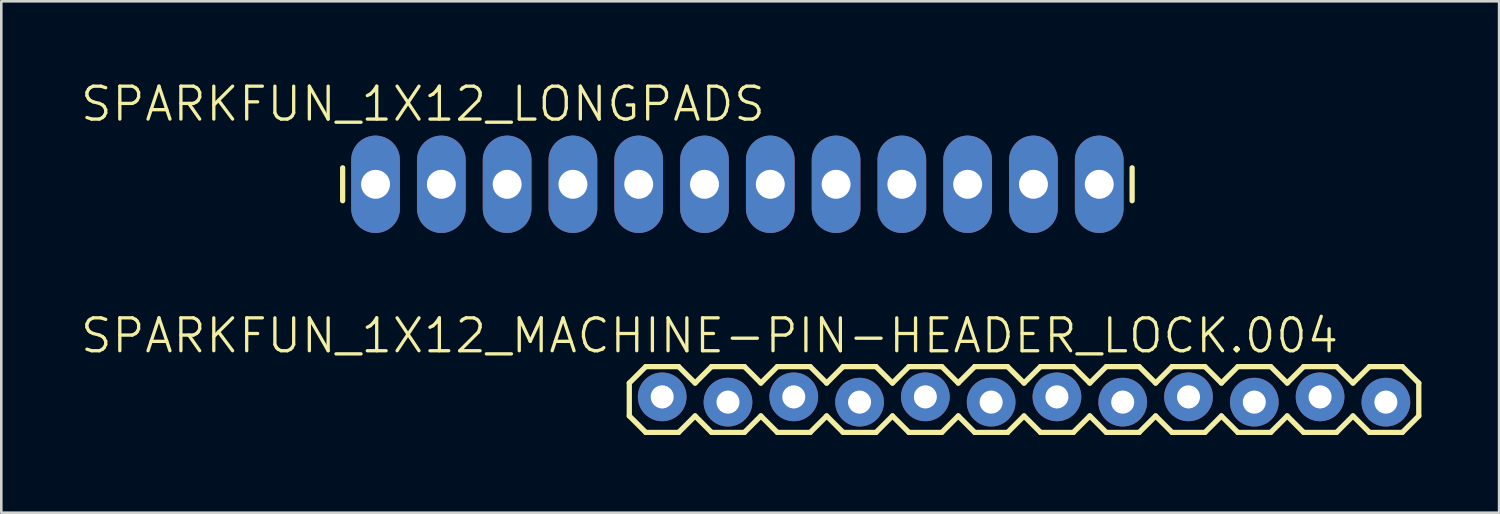
<source format=kicad_pcb>
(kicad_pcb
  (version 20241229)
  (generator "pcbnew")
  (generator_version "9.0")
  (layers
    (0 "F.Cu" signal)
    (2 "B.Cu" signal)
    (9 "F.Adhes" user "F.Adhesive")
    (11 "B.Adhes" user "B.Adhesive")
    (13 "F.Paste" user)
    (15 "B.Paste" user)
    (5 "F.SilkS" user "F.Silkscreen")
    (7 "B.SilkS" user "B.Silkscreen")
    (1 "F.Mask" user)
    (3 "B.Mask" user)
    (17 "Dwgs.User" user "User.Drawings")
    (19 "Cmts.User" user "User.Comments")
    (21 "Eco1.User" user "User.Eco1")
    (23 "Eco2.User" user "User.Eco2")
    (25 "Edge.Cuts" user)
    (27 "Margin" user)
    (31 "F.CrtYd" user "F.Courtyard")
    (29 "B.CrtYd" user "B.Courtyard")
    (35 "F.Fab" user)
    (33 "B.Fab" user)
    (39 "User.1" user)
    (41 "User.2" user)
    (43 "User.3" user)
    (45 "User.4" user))
  (footprint "SPARKFUN_1X12_LONGPADS"
    (layer "F.Cu")
    (at 11.449 4.065)
    (property "Reference" "SPARKFUN_1X12_LONGPADS" (at 1.829 -3.099 0) (layer "F.SilkS") (effects (font (size 1.27 1.27) (thickness 0.127))))
    (attr exclude_from_pos_files exclude_from_bom)
    (fp_line (start -1.27 -0.635) (end -1.27 0.635) (stroke (width 0.203) (type solid)) (layer "F.SilkS"))
    (fp_line (start 29.21 -0.635) (end 29.21 0.635) (stroke (width 0.203) (type solid)) (layer "F.SilkS"))
    (fp_line (start -0.254 -0.254) (end 0.254 -0.254) (stroke (width 0.066) (type solid)) (layer "Dwgs.User"))
    (fp_line (start -0.254 0.254) (end -0.254 -0.254) (stroke (width 0.066) (type solid)) (layer "Dwgs.User"))
    (fp_line (start -0.254 0.254) (end 0.254 0.254) (stroke (width 0.066) (type solid)) (layer "Dwgs.User"))
    (fp_line (start 0.254 0.254) (end 0.254 -0.254) (stroke (width 0.066) (type solid)) (layer "Dwgs.User"))
    (fp_line (start 2.286 -0.254) (end 2.794 -0.254) (stroke (width 0.066) (type solid)) (layer "Dwgs.User"))
    (fp_line (start 2.286 0.254) (end 2.286 -0.254) (stroke (width 0.066) (type solid)) (layer "Dwgs.User"))
    (fp_line (start 2.286 0.254) (end 2.794 0.254) (stroke (width 0.066) (type solid)) (layer "Dwgs.User"))
    (fp_line (start 2.794 0.254) (end 2.794 -0.254) (stroke (width 0.066) (type solid)) (layer "Dwgs.User"))
    (fp_line (start 4.826 -0.254) (end 5.334 -0.254) (stroke (width 0.066) (type solid)) (layer "Dwgs.User"))
    (fp_line (start 4.826 0.254) (end 4.826 -0.254) (stroke (width 0.066) (type solid)) (layer "Dwgs.User"))
    (fp_line (start 4.826 0.254) (end 5.334 0.254) (stroke (width 0.066) (type solid)) (layer "Dwgs.User"))
    (fp_line (start 5.334 0.254) (end 5.334 -0.254) (stroke (width 0.066) (type solid)) (layer "Dwgs.User"))
    (fp_line (start 7.366 -0.254) (end 7.874 -0.254) (stroke (width 0.066) (type solid)) (layer "Dwgs.User"))
    (fp_line (start 7.366 0.254) (end 7.366 -0.254) (stroke (width 0.066) (type solid)) (layer "Dwgs.User"))
    (fp_line (start 7.366 0.254) (end 7.874 0.254) (stroke (width 0.066) (type solid)) (layer "Dwgs.User"))
    (fp_line (start 7.874 0.254) (end 7.874 -0.254) (stroke (width 0.066) (type solid)) (layer "Dwgs.User"))
    (fp_line (start 9.906 -0.254) (end 10.414 -0.254) (stroke (width 0.066) (type solid)) (layer "Dwgs.User"))
    (fp_line (start 9.906 0.254) (end 9.906 -0.254) (stroke (width 0.066) (type solid)) (layer "Dwgs.User"))
    (fp_line (start 9.906 0.254) (end 10.414 0.254) (stroke (width 0.066) (type solid)) (layer "Dwgs.User"))
    (fp_line (start 10.414 0.254) (end 10.414 -0.254) (stroke (width 0.066) (type solid)) (layer "Dwgs.User"))
    (fp_line (start 12.446 -0.254) (end 12.954 -0.254) (stroke (width 0.066) (type solid)) (layer "Dwgs.User"))
    (fp_line (start 12.446 0.254) (end 12.446 -0.254) (stroke (width 0.066) (type solid)) (layer "Dwgs.User"))
    (fp_line (start 12.446 0.254) (end 12.954 0.254) (stroke (width 0.066) (type solid)) (layer "Dwgs.User"))
    (fp_line (start 12.954 0.254) (end 12.954 -0.254) (stroke (width 0.066) (type solid)) (layer "Dwgs.User"))
    (fp_line (start 14.986 -0.254) (end 15.494 -0.254) (stroke (width 0.066) (type solid)) (layer "Dwgs.User"))
    (fp_line (start 14.986 0.254) (end 14.986 -0.254) (stroke (width 0.066) (type solid)) (layer "Dwgs.User"))
    (fp_line (start 14.986 0.254) (end 15.494 0.254) (stroke (width 0.066) (type solid)) (layer "Dwgs.User"))
    (fp_line (start 15.494 0.254) (end 15.494 -0.254) (stroke (width 0.066) (type solid)) (layer "Dwgs.User"))
    (fp_line (start 17.523 -0.254) (end 18.034 -0.254) (stroke (width 0.066) (type solid)) (layer "Dwgs.User"))
    (fp_line (start 17.523 0.254) (end 17.523 -0.254) (stroke (width 0.066) (type solid)) (layer "Dwgs.User"))
    (fp_line (start 17.523 0.254) (end 18.034 0.254) (stroke (width 0.066) (type solid)) (layer "Dwgs.User"))
    (fp_line (start 18.034 0.254) (end 18.034 -0.254) (stroke (width 0.066) (type solid)) (layer "Dwgs.User"))
    (fp_line (start 20.066 -0.254) (end 20.574 -0.254) (stroke (width 0.066) (type solid)) (layer "Dwgs.User"))
    (fp_line (start 20.066 0.254) (end 20.066 -0.254) (stroke (width 0.066) (type solid)) (layer "Dwgs.User"))
    (fp_line (start 20.066 0.254) (end 20.574 0.254) (stroke (width 0.066) (type solid)) (layer "Dwgs.User"))
    (fp_line (start 20.574 0.254) (end 20.574 -0.254) (stroke (width 0.066) (type solid)) (layer "Dwgs.User"))
    (fp_line (start 22.606 -0.254) (end 23.114 -0.254) (stroke (width 0.066) (type solid)) (layer "Dwgs.User"))
    (fp_line (start 22.606 0.254) (end 22.606 -0.254) (stroke (width 0.066) (type solid)) (layer "Dwgs.User"))
    (fp_line (start 22.606 0.254) (end 23.114 0.254) (stroke (width 0.066) (type solid)) (layer "Dwgs.User"))
    (fp_line (start 23.114 0.254) (end 23.114 -0.254) (stroke (width 0.066) (type solid)) (layer "Dwgs.User"))
    (fp_line (start 25.146 -0.254) (end 25.654 -0.254) (stroke (width 0.066) (type solid)) (layer "Dwgs.User"))
    (fp_line (start 25.146 0.254) (end 25.146 -0.254) (stroke (width 0.066) (type solid)) (layer "Dwgs.User"))
    (fp_line (start 25.146 0.254) (end 25.654 0.254) (stroke (width 0.066) (type solid)) (layer "Dwgs.User"))
    (fp_line (start 25.654 0.254) (end 25.654 -0.254) (stroke (width 0.066) (type solid)) (layer "Dwgs.User"))
    (fp_line (start 27.686 -0.254) (end 28.194 -0.254) (stroke (width 0.066) (type solid)) (layer "Dwgs.User"))
    (fp_line (start 27.686 0.254) (end 27.686 -0.254) (stroke (width 0.066) (type solid)) (layer "Dwgs.User"))
    (fp_line (start 27.686 0.254) (end 28.194 0.254) (stroke (width 0.066) (type solid)) (layer "Dwgs.User"))
    (fp_line (start 28.194 0.254) (end 28.194 -0.254) (stroke (width 0.066) (type solid)) (layer "Dwgs.User"))
    (pad "1" thru_hole oval (at 0 0 180) (size 1.88 3.759) (drill 1.118) (layers "*.Cu" "*.Paste" "*.Mask"))
    (pad "2" thru_hole oval (at 2.54 0 180) (size 1.88 3.759) (drill 1.118) (layers "*.Cu" "*.Paste" "*.Mask"))
    (pad "3" thru_hole oval (at 5.08 0 180) (size 1.88 3.759) (drill 1.118) (layers "*.Cu" "*.Paste" "*.Mask"))
    (pad "4" thru_hole oval (at 7.62 0 180) (size 1.88 3.759) (drill 1.118) (layers "*.Cu" "*.Paste" "*.Mask"))
    (pad "5" thru_hole oval (at 10.16 0 180) (size 1.88 3.759) (drill 1.118) (layers "*.Cu" "*.Paste" "*.Mask"))
    (pad "6" thru_hole oval (at 12.7 0 180) (size 1.88 3.759) (drill 1.118) (layers "*.Cu" "*.Paste" "*.Mask"))
    (pad "7" thru_hole oval (at 15.24 0 180) (size 1.88 3.759) (drill 1.118) (layers "*.Cu" "*.Paste" "*.Mask"))
    (pad "8" thru_hole oval (at 17.78 0 180) (size 1.88 3.759) (drill 1.118) (layers "*.Cu" "*.Paste" "*.Mask"))
    (pad "9" thru_hole oval (at 20.32 0 180) (size 1.88 3.759) (drill 1.118) (layers "*.Cu" "*.Paste" "*.Mask"))
    (pad "10" thru_hole oval (at 22.86 0 180) (size 1.88 3.759) (drill 1.118) (layers "*.Cu" "*.Paste" "*.Mask"))
    (pad "11" thru_hole oval (at 25.4 0 180) (size 1.88 3.759) (drill 1.118) (layers "*.Cu" "*.Paste" "*.Mask"))
    (pad "12" thru_hole oval (at 27.94 0 180) (size 1.88 3.759) (drill 1.118) (layers "*.Cu" "*.Paste" "*.Mask")))
  (footprint "SPARKFUN_1X12_MACHINE-PIN-HEADER_LOCK.004"
    (layer "F.Cu")
    (at 22.516 12.374)
    (property "Reference" "SPARKFUN_1X12_MACHINE-PIN-HEADER_LOCK.004" (at 1.829 -2.464 0) (layer "F.SilkS") (effects (font (size 1.27 1.27) (thickness 0.127))))
    (attr exclude_from_pos_files exclude_from_bom)
    (fp_line (start -1.27 -0.635) (end -1.27 0.635) (stroke (width 0.203) (type solid)) (layer "F.SilkS"))
    (fp_line (start -1.27 0.635) (end -0.635 1.27) (stroke (width 0.203) (type solid)) (layer "F.SilkS"))
    (fp_line (start -0.635 -1.27) (end -1.27 -0.635) (stroke (width 0.203) (type solid)) (layer "F.SilkS"))
    (fp_line (start -0.635 -1.27) (end 0.635 -1.27) (stroke (width 0.203) (type solid)) (layer "F.SilkS"))
    (fp_line (start 0.635 -1.27) (end 1.27 -0.635) (stroke (width 0.203) (type solid)) (layer "F.SilkS"))
    (fp_line (start 0.635 1.27) (end -0.635 1.27) (stroke (width 0.203) (type solid)) (layer "F.SilkS"))
    (fp_line (start 1.27 -0.635) (end 1.905 -1.27) (stroke (width 0.203) (type solid)) (layer "F.SilkS"))
    (fp_line (start 1.27 0.635) (end 0.635 1.27) (stroke (width 0.203) (type solid)) (layer "F.SilkS"))
    (fp_line (start 1.905 -1.27) (end 3.175 -1.27) (stroke (width 0.203) (type solid)) (layer "F.SilkS"))
    (fp_line (start 1.905 1.27) (end 1.27 0.635) (stroke (width 0.203) (type solid)) (layer "F.SilkS"))
    (fp_line (start 3.175 -1.27) (end 3.81 -0.635) (stroke (width 0.203) (type solid)) (layer "F.SilkS"))
    (fp_line (start 3.175 1.27) (end 1.905 1.27) (stroke (width 0.203) (type solid)) (layer "F.SilkS"))
    (fp_line (start 3.81 -0.635) (end 4.445 -1.27) (stroke (width 0.203) (type solid)) (layer "F.SilkS"))
    (fp_line (start 3.81 0.635) (end 3.175 1.27) (stroke (width 0.203) (type solid)) (layer "F.SilkS"))
    (fp_line (start 4.445 -1.27) (end 5.715 -1.27) (stroke (width 0.203) (type solid)) (layer "F.SilkS"))
    (fp_line (start 4.445 1.27) (end 3.81 0.635) (stroke (width 0.203) (type solid)) (layer "F.SilkS"))
    (fp_line (start 5.715 -1.27) (end 6.35 -0.635) (stroke (width 0.203) (type solid)) (layer "F.SilkS"))
    (fp_line (start 5.715 1.27) (end 4.445 1.27) (stroke (width 0.203) (type solid)) (layer "F.SilkS"))
    (fp_line (start 6.35 0.635) (end 5.715 1.27) (stroke (width 0.203) (type solid)) (layer "F.SilkS"))
    (fp_line (start 6.35 0.635) (end 6.985 1.27) (stroke (width 0.203) (type solid)) (layer "F.SilkS"))
    (fp_line (start 6.985 -1.27) (end 6.35 -0.635) (stroke (width 0.203) (type solid)) (layer "F.SilkS"))
    (fp_line (start 6.985 -1.27) (end 8.255 -1.27) (stroke (width 0.203) (type solid)) (layer "F.SilkS"))
    (fp_line (start 8.255 -1.27) (end 8.89 -0.635) (stroke (width 0.203) (type solid)) (layer "F.SilkS"))
    (fp_line (start 8.255 1.27) (end 6.985 1.27) (stroke (width 0.203) (type solid)) (layer "F.SilkS"))
    (fp_line (start 8.89 -0.635) (end 9.525 -1.27) (stroke (width 0.203) (type solid)) (layer "F.SilkS"))
    (fp_line (start 8.89 0.635) (end 8.255 1.27) (stroke (width 0.203) (type solid)) (layer "F.SilkS"))
    (fp_line (start 9.525 -1.27) (end 10.795 -1.27) (stroke (width 0.203) (type solid)) (layer "F.SilkS"))
    (fp_line (start 9.525 1.27) (end 8.89 0.635) (stroke (width 0.203) (type solid)) (layer "F.SilkS"))
    (fp_line (start 10.795 -1.27) (end 11.43 -0.635) (stroke (width 0.203) (type solid)) (layer "F.SilkS"))
    (fp_line (start 10.795 1.27) (end 9.525 1.27) (stroke (width 0.203) (type solid)) (layer "F.SilkS"))
    (fp_line (start 11.43 -0.635) (end 12.065 -1.27) (stroke (width 0.203) (type solid)) (layer "F.SilkS"))
    (fp_line (start 11.43 0.635) (end 10.795 1.27) (stroke (width 0.203) (type solid)) (layer "F.SilkS"))
    (fp_line (start 12.065 -1.27) (end 13.335 -1.27) (stroke (width 0.203) (type solid)) (layer "F.SilkS"))
    (fp_line (start 12.065 1.27) (end 11.43 0.635) (stroke (width 0.203) (type solid)) (layer "F.SilkS"))
    (fp_line (start 13.335 -1.27) (end 13.97 -0.635) (stroke (width 0.203) (type solid)) (layer "F.SilkS"))
    (fp_line (start 13.335 1.27) (end 12.065 1.27) (stroke (width 0.203) (type solid)) (layer "F.SilkS"))
    (fp_line (start 13.97 0.635) (end 13.335 1.27) (stroke (width 0.203) (type solid)) (layer "F.SilkS"))
    (fp_line (start 13.97 0.635) (end 14.605 1.27) (stroke (width 0.203) (type solid)) (layer "F.SilkS"))
    (fp_line (start 14.605 -1.27) (end 13.97 -0.635) (stroke (width 0.203) (type solid)) (layer "F.SilkS"))
    (fp_line (start 14.605 -1.27) (end 15.875 -1.27) (stroke (width 0.203) (type solid)) (layer "F.SilkS"))
    (fp_line (start 15.875 -1.27) (end 16.51 -0.635) (stroke (width 0.203) (type solid)) (layer "F.SilkS"))
    (fp_line (start 15.875 1.27) (end 14.605 1.27) (stroke (width 0.203) (type solid)) (layer "F.SilkS"))
    (fp_line (start 16.51 -0.635) (end 17.145 -1.27) (stroke (width 0.203) (type solid)) (layer "F.SilkS"))
    (fp_line (start 16.51 0.635) (end 15.875 1.27) (stroke (width 0.203) (type solid)) (layer "F.SilkS"))
    (fp_line (start 17.145 -1.27) (end 18.415 -1.27) (stroke (width 0.203) (type solid)) (layer "F.SilkS"))
    (fp_line (start 17.145 1.27) (end 16.51 0.635) (stroke (width 0.203) (type solid)) (layer "F.SilkS"))
    (fp_line (start 18.415 -1.27) (end 19.05 -0.635) (stroke (width 0.203) (type solid)) (layer "F.SilkS"))
    (fp_line (start 18.415 1.27) (end 17.145 1.27) (stroke (width 0.203) (type solid)) (layer "F.SilkS"))
    (fp_line (start 19.05 -0.635) (end 19.685 -1.27) (stroke (width 0.203) (type solid)) (layer "F.SilkS"))
    (fp_line (start 19.05 0.635) (end 18.415 1.27) (stroke (width 0.203) (type solid)) (layer "F.SilkS"))
    (fp_line (start 19.685 -1.27) (end 20.955 -1.27) (stroke (width 0.203) (type solid)) (layer "F.SilkS"))
    (fp_line (start 19.685 1.27) (end 19.05 0.635) (stroke (width 0.203) (type solid)) (layer "F.SilkS"))
    (fp_line (start 20.955 -1.27) (end 21.59 -0.635) (stroke (width 0.203) (type solid)) (layer "F.SilkS"))
    (fp_line (start 20.955 1.27) (end 19.685 1.27) (stroke (width 0.203) (type solid)) (layer "F.SilkS"))
    (fp_line (start 21.59 0.635) (end 20.955 1.27) (stroke (width 0.203) (type solid)) (layer "F.SilkS"))
    (fp_line (start 21.59 0.635) (end 22.225 1.27) (stroke (width 0.203) (type solid)) (layer "F.SilkS"))
    (fp_line (start 22.225 -1.27) (end 21.59 -0.635) (stroke (width 0.203) (type solid)) (layer "F.SilkS"))
    (fp_line (start 22.225 -1.27) (end 23.495 -1.27) (stroke (width 0.203) (type solid)) (layer "F.SilkS"))
    (fp_line (start 23.495 -1.27) (end 24.13 -0.635) (stroke (width 0.203) (type solid)) (layer "F.SilkS"))
    (fp_line (start 23.495 1.27) (end 22.225 1.27) (stroke (width 0.203) (type solid)) (layer "F.SilkS"))
    (fp_line (start 24.13 -0.635) (end 24.765 -1.27) (stroke (width 0.203) (type solid)) (layer "F.SilkS"))
    (fp_line (start 24.13 0.635) (end 23.495 1.27) (stroke (width 0.203) (type solid)) (layer "F.SilkS"))
    (fp_line (start 24.765 -1.27) (end 26.035 -1.27) (stroke (width 0.203) (type solid)) (layer "F.SilkS"))
    (fp_line (start 24.765 1.27) (end 24.13 0.635) (stroke (width 0.203) (type solid)) (layer "F.SilkS"))
    (fp_line (start 26.035 -1.27) (end 26.67 -0.635) (stroke (width 0.203) (type solid)) (layer "F.SilkS"))
    (fp_line (start 26.035 1.27) (end 24.765 1.27) (stroke (width 0.203) (type solid)) (layer "F.SilkS"))
    (fp_line (start 26.67 -0.635) (end 27.305 -1.27) (stroke (width 0.203) (type solid)) (layer "F.SilkS"))
    (fp_line (start 26.67 0.635) (end 26.035 1.27) (stroke (width 0.203) (type solid)) (layer "F.SilkS"))
    (fp_line (start 27.305 -1.27) (end 28.575 -1.27) (stroke (width 0.203) (type solid)) (layer "F.SilkS"))
    (fp_line (start 27.305 1.27) (end 26.67 0.635) (stroke (width 0.203) (type solid)) (layer "F.SilkS"))
    (fp_line (start 28.575 -1.27) (end 29.21 -0.635) (stroke (width 0.203) (type solid)) (layer "F.SilkS"))
    (fp_line (start 28.575 1.27) (end 27.305 1.27) (stroke (width 0.203) (type solid)) (layer "F.SilkS"))
    (fp_line (start 29.21 -0.635) (end 29.21 0.635) (stroke (width 0.203) (type solid)) (layer "F.SilkS"))
    (fp_line (start 29.21 0.635) (end 28.575 1.27) (stroke (width 0.203) (type solid)) (layer "F.SilkS"))
    (fp_circle (center 0 0) (end 0 -0.33) (stroke (width 0.025) (type solid)) (fill no) (layer "Dwgs.User"))
    (fp_circle (center 2.54 0) (end 2.54 -0.33) (stroke (width 0.025) (type solid)) (fill no) (layer "Dwgs.User"))
    (fp_circle (center 5.08 0) (end 5.08 -0.33) (stroke (width 0.025) (type solid)) (fill no) (layer "Dwgs.User"))
    (fp_circle (center 7.62 0) (end 7.62 -0.33) (stroke (width 0.025) (type solid)) (fill no) (layer "Dwgs.User"))
    (fp_circle (center 10.16 0) (end 10.16 -0.33) (stroke (width 0.025) (type solid)) (fill no) (layer "Dwgs.User"))
    (fp_circle (center 12.7 0) (end 12.7 -0.33) (stroke (width 0.025) (type solid)) (fill no) (layer "Dwgs.User"))
    (fp_circle (center 15.24 0) (end 15.24 -0.33) (stroke (width 0.025) (type solid)) (fill no) (layer "Dwgs.User"))
    (fp_circle (center 17.78 0) (end 17.78 -0.33) (stroke (width 0.025) (type solid)) (fill no) (layer "Dwgs.User"))
    (fp_circle (center 20.32 0) (end 20.32 -0.33) (stroke (width 0.025) (type solid)) (fill no) (layer "Dwgs.User"))
    (fp_circle (center 22.86 0) (end 22.86 -0.33) (stroke (width 0.025) (type solid)) (fill no) (layer "Dwgs.User"))
    (fp_circle (center 25.4 0) (end 25.4 -0.33) (stroke (width 0.025) (type solid)) (fill no) (layer "Dwgs.User"))
    (fp_circle (center 27.94 0) (end 27.94 -0.33) (stroke (width 0.025) (type solid)) (fill no) (layer "Dwgs.User"))
    (pad "1" thru_hole circle (at 0 -0.102) (size 1.88 1.88) (drill 0.889) (layers "*.Cu" "*.Paste" "*.Mask"))
    (pad "2" thru_hole circle (at 2.54 0.102) (size 1.88 1.88) (drill 0.889) (layers "*.Cu" "*.Paste" "*.Mask"))
    (pad "3" thru_hole circle (at 5.08 -0.102) (size 1.88 1.88) (drill 0.889) (layers "*.Cu" "*.Paste" "*.Mask"))
    (pad "4" thru_hole circle (at 7.62 0.102) (size 1.88 1.88) (drill 0.889) (layers "*.Cu" "*.Paste" "*.Mask"))
    (pad "5" thru_hole circle (at 10.16 -0.102) (size 1.88 1.88) (drill 0.889) (layers "*.Cu" "*.Paste" "*.Mask"))
    (pad "6" thru_hole circle (at 12.7 0.102) (size 1.88 1.88) (drill 0.889) (layers "*.Cu" "*.Paste" "*.Mask"))
    (pad "7" thru_hole circle (at 15.24 -0.102) (size 1.88 1.88) (drill 0.889) (layers "*.Cu" "*.Paste" "*.Mask"))
    (pad "8" thru_hole circle (at 17.78 0.102) (size 1.88 1.88) (drill 0.889) (layers "*.Cu" "*.Paste" "*.Mask"))
    (pad "9" thru_hole circle (at 20.32 -0.102) (size 1.88 1.88) (drill 0.889) (layers "*.Cu" "*.Paste" "*.Mask"))
    (pad "10" thru_hole circle (at 22.86 0.102) (size 1.88 1.88) (drill 0.889) (layers "*.Cu" "*.Paste" "*.Mask"))
    (pad "11" thru_hole circle (at 25.4 -0.102) (size 1.88 1.88) (drill 0.889) (layers "*.Cu" "*.Paste" "*.Mask"))
    (pad "12" thru_hole circle (at 27.94 0.102) (size 1.88 1.88) (drill 0.889) (layers "*.Cu" "*.Paste" "*.Mask")))
  (gr_rect
    (start -3 -3)
    (end 54.827 16.745)
    (stroke (width 0.1) (type default))
    (fill no)
    (layer "Edge.Cuts")))
</source>
